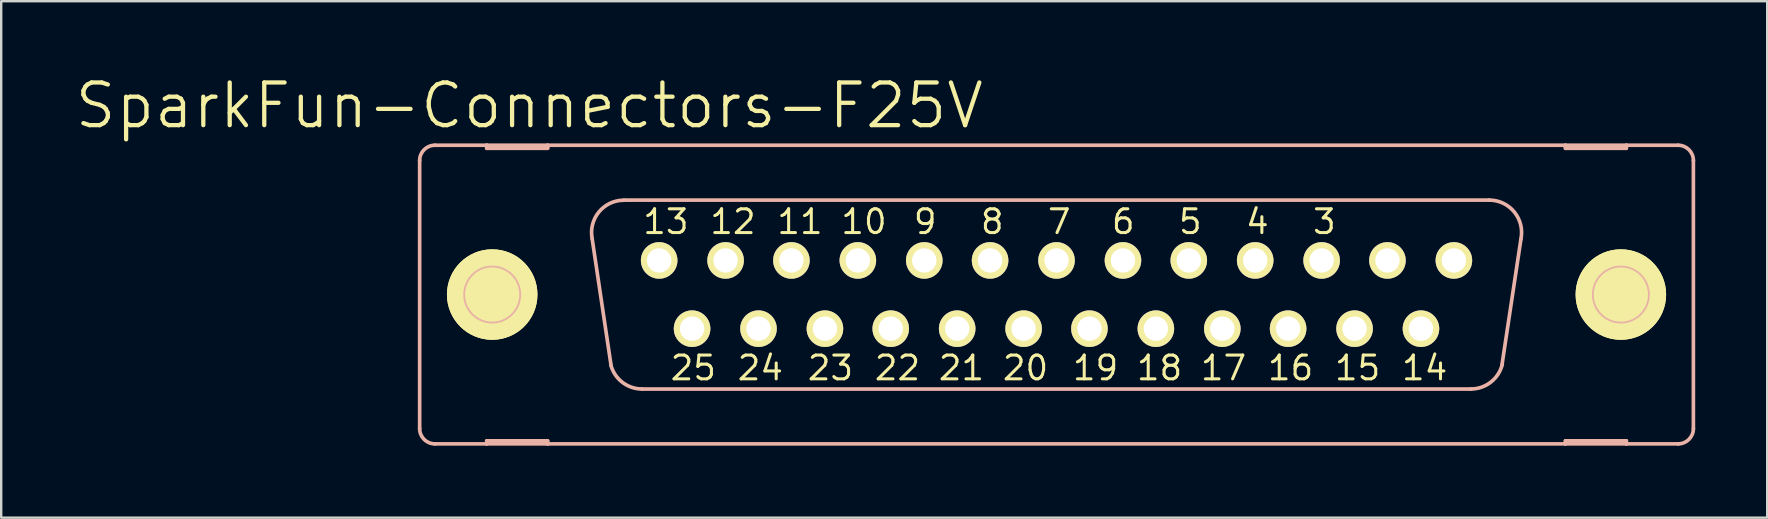
<source format=kicad_pcb>
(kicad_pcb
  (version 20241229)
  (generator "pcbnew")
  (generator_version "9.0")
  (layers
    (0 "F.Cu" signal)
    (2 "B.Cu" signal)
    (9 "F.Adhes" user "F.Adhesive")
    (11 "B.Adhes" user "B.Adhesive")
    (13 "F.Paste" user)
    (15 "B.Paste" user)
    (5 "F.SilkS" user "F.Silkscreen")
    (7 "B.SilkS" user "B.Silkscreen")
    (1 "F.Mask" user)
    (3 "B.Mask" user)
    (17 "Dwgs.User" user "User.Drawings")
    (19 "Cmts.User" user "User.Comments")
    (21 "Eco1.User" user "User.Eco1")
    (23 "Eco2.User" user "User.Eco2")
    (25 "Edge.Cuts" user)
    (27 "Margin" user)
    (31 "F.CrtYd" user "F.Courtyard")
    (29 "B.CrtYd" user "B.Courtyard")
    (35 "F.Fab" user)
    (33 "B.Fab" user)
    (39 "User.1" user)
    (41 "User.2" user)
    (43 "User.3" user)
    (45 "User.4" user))
  (footprint "SparkFun-Connectors-F25V"
    (layer "F.Cu")
    (at 40.983 9.226)
    (property "Reference" "SparkFun-Connectors-F25V" (at -21.971 -7.874 0) (layer "F.SilkS") (effects (font (size 1.778 1.778) (thickness 0.178))))
    (attr exclude_from_pos_files exclude_from_bom)
    (fp_line (start -25.171 0) (end -21.869 0) (stroke (width 0.127) (type solid)) (layer "F.SilkS"))
    (fp_line (start -23.52 1.651) (end -23.52 -1.651) (stroke (width 0.127) (type solid)) (layer "F.SilkS"))
    (fp_line (start 21.869 0) (end 25.171 0) (stroke (width 0.127) (type solid)) (layer "F.SilkS"))
    (fp_line (start 23.52 1.651) (end 23.52 -1.651) (stroke (width 0.127) (type solid)) (layer "F.SilkS"))
    (fp_circle (center -23.52 0) (end -24.854 1.333) (stroke (width 0) (type solid)) (fill yes) (layer "F.SilkS"))
    (fp_circle (center -23.52 0) (end -24.854 1.333) (stroke (width 0) (type solid)) (fill yes) (layer "F.SilkS"))
    (fp_circle (center -23.52 0) (end -24.346 0.826) (stroke (width 0.127) (type solid)) (fill no) (layer "F.SilkS"))
    (fp_circle (center -16.561 -1.422) (end -16.942 -1.803) (stroke (width 0.127) (type solid)) (fill no) (layer "F.SilkS"))
    (fp_circle (center -15.189 1.422) (end -15.57 1.803) (stroke (width 0.127) (type solid)) (fill no) (layer "F.SilkS"))
    (fp_circle (center -13.792 -1.422) (end -14.173 -1.803) (stroke (width 0.127) (type solid)) (fill no) (layer "F.SilkS"))
    (fp_circle (center -12.421 1.422) (end -12.802 1.803) (stroke (width 0.127) (type solid)) (fill no) (layer "F.SilkS"))
    (fp_circle (center -11.049 -1.422) (end -11.43 -1.803) (stroke (width 0.127) (type solid)) (fill no) (layer "F.SilkS"))
    (fp_circle (center -9.652 1.422) (end -10.033 1.803) (stroke (width 0.127) (type solid)) (fill no) (layer "F.SilkS"))
    (fp_circle (center -8.28 -1.422) (end -8.661 -1.803) (stroke (width 0.127) (type solid)) (fill no) (layer "F.SilkS"))
    (fp_circle (center -6.909 1.422) (end -7.29 1.803) (stroke (width 0.127) (type solid)) (fill no) (layer "F.SilkS"))
    (fp_circle (center -5.512 -1.422) (end -5.893 -1.803) (stroke (width 0.127) (type solid)) (fill no) (layer "F.SilkS"))
    (fp_circle (center -4.14 1.422) (end -4.521 1.803) (stroke (width 0.127) (type solid)) (fill no) (layer "F.SilkS"))
    (fp_circle (center -2.769 -1.422) (end -3.15 -1.803) (stroke (width 0.127) (type solid)) (fill no) (layer "F.SilkS"))
    (fp_circle (center -1.372 1.422) (end -1.753 1.803) (stroke (width 0.127) (type solid)) (fill no) (layer "F.SilkS"))
    (fp_circle (center 0 -1.422) (end -0.381 -1.803) (stroke (width 0.127) (type solid)) (fill no) (layer "F.SilkS"))
    (fp_circle (center 1.372 1.422) (end 1.753 1.803) (stroke (width 0.127) (type solid)) (fill no) (layer "F.SilkS"))
    (fp_circle (center 2.769 -1.422) (end 3.15 -1.803) (stroke (width 0.127) (type solid)) (fill no) (layer "F.SilkS"))
    (fp_circle (center 4.14 1.422) (end 4.521 1.803) (stroke (width 0.127) (type solid)) (fill no) (layer "F.SilkS"))
    (fp_circle (center 5.512 -1.422) (end 5.893 -1.803) (stroke (width 0.127) (type solid)) (fill no) (layer "F.SilkS"))
    (fp_circle (center 6.909 1.422) (end 7.29 1.803) (stroke (width 0.127) (type solid)) (fill no) (layer "F.SilkS"))
    (fp_circle (center 8.28 -1.422) (end 8.661 -1.803) (stroke (width 0.127) (type solid)) (fill no) (layer "F.SilkS"))
    (fp_circle (center 9.652 1.422) (end 10.033 1.803) (stroke (width 0.127) (type solid)) (fill no) (layer "F.SilkS"))
    (fp_circle (center 11.049 -1.422) (end 11.43 -1.803) (stroke (width 0.127) (type solid)) (fill no) (layer "F.SilkS"))
    (fp_circle (center 12.421 1.422) (end 12.802 1.803) (stroke (width 0.127) (type solid)) (fill no) (layer "F.SilkS"))
    (fp_circle (center 13.792 -1.422) (end 14.173 -1.803) (stroke (width 0.127) (type solid)) (fill no) (layer "F.SilkS"))
    (fp_circle (center 15.189 1.422) (end 15.57 1.803) (stroke (width 0.127) (type solid)) (fill no) (layer "F.SilkS"))
    (fp_circle (center 16.561 -1.422) (end 16.942 -1.803) (stroke (width 0.127) (type solid)) (fill no) (layer "F.SilkS"))
    (fp_circle (center 23.52 0) (end 24.346 0.826) (stroke (width 0.127) (type solid)) (fill no) (layer "F.SilkS"))
    (fp_circle (center 23.52 0) (end 24.854 1.333) (stroke (width 0) (type solid)) (fill yes) (layer "F.SilkS"))
    (fp_circle (center 23.52 0) (end 24.854 1.333) (stroke (width 0) (type solid)) (fill yes) (layer "F.SilkS"))
    (fp_line (start -26.543 -5.588) (end -26.543 5.588) (stroke (width 0.152) (type solid)) (layer "B.SilkS"))
    (fp_line (start -25.908 6.223) (end -23.749 6.223) (stroke (width 0.152) (type solid)) (layer "B.SilkS"))
    (fp_line (start -23.749 -6.223) (end -25.908 -6.223) (stroke (width 0.152) (type solid)) (layer "B.SilkS"))
    (fp_line (start -23.749 -6.223) (end -23.749 -6.096) (stroke (width 0.152) (type solid)) (layer "B.SilkS"))
    (fp_line (start -23.749 -6.096) (end -21.209 -6.096) (stroke (width 0.152) (type solid)) (layer "B.SilkS"))
    (fp_line (start -23.749 6.096) (end -21.209 6.096) (stroke (width 0.152) (type solid)) (layer "B.SilkS"))
    (fp_line (start -23.749 6.223) (end -23.749 6.096) (stroke (width 0.152) (type solid)) (layer "B.SilkS"))
    (fp_line (start -23.749 6.223) (end -21.209 6.223) (stroke (width 0.152) (type solid)) (layer "B.SilkS"))
    (fp_line (start -21.209 -6.223) (end -23.749 -6.223) (stroke (width 0.152) (type solid)) (layer "B.SilkS"))
    (fp_line (start -21.209 -6.096) (end -21.209 -6.223) (stroke (width 0.152) (type solid)) (layer "B.SilkS"))
    (fp_line (start -21.209 6.096) (end -21.209 6.223) (stroke (width 0.152) (type solid)) (layer "B.SilkS"))
    (fp_line (start -21.209 6.223) (end 21.209 6.223) (stroke (width 0.152) (type solid)) (layer "B.SilkS"))
    (fp_line (start -18.567 2.946) (end -19.355 -2.337) (stroke (width 0.152) (type solid)) (layer "B.SilkS"))
    (fp_line (start -18.034 -3.937) (end 18.034 -3.937) (stroke (width 0.152) (type solid)) (layer "B.SilkS"))
    (fp_line (start -17.272 3.937) (end 17.272 3.937) (stroke (width 0.152) (type solid)) (layer "B.SilkS"))
    (fp_line (start 19.355 -2.311) (end 18.567 2.921) (stroke (width 0.152) (type solid)) (layer "B.SilkS"))
    (fp_line (start 21.209 -6.223) (end -21.209 -6.223) (stroke (width 0.152) (type solid)) (layer "B.SilkS"))
    (fp_line (start 21.209 -6.223) (end 21.209 -6.096) (stroke (width 0.152) (type solid)) (layer "B.SilkS"))
    (fp_line (start 21.209 -6.096) (end 23.749 -6.096) (stroke (width 0.152) (type solid)) (layer "B.SilkS"))
    (fp_line (start 21.209 6.096) (end 23.749 6.096) (stroke (width 0.152) (type solid)) (layer "B.SilkS"))
    (fp_line (start 21.209 6.223) (end 21.209 6.096) (stroke (width 0.152) (type solid)) (layer "B.SilkS"))
    (fp_line (start 21.209 6.223) (end 23.749 6.223) (stroke (width 0.152) (type solid)) (layer "B.SilkS"))
    (fp_line (start 23.749 -6.223) (end 21.209 -6.223) (stroke (width 0.152) (type solid)) (layer "B.SilkS"))
    (fp_line (start 23.749 -6.096) (end 23.749 -6.223) (stroke (width 0.152) (type solid)) (layer "B.SilkS"))
    (fp_line (start 23.749 6.096) (end 23.749 6.223) (stroke (width 0.152) (type solid)) (layer "B.SilkS"))
    (fp_line (start 23.749 6.223) (end 25.908 6.223) (stroke (width 0.152) (type solid)) (layer "B.SilkS"))
    (fp_line (start 25.908 -6.223) (end 23.749 -6.223) (stroke (width 0.152) (type solid)) (layer "B.SilkS"))
    (fp_line (start 26.543 -5.588) (end 26.543 5.588) (stroke (width 0.152) (type solid)) (layer "B.SilkS"))
    (fp_arc (start -26.543 -5.588) (mid -26.357013 -6.037013) (end -25.908 -6.223) (stroke (width 0.1524) (type solid)) (layer "B.SilkS"))
    (fp_arc (start -25.908 6.223) (mid -26.357013 6.037013) (end -26.543 5.588) (stroke (width 0.1524) (type solid)) (layer "B.SilkS"))
    (fp_arc (start -19.35226 -2.32664) (mid -19.072158 -3.441772) (end -18.03224 -3.932229) (stroke (width 0.1524) (type solid)) (layer "B.SilkS"))
    (fp_arc (start -17.272 3.937) (mid -18.096791 3.655415) (end -18.577188 2.928236) (stroke (width 0.1524) (type solid)) (layer "B.SilkS"))
    (fp_arc (start 18.034 -3.937) (mid 19.083648 -3.435219) (end 19.35228 -2.303238) (stroke (width 0.1524) (type solid)) (layer "B.SilkS"))
    (fp_arc (start 18.5801 2.90322) (mid 18.104662 3.646284) (end 17.271518 3.936211) (stroke (width 0.1524) (type solid)) (layer "B.SilkS"))
    (fp_arc (start 25.908 -6.223) (mid 26.357013 -6.037013) (end 26.543 -5.588) (stroke (width 0.1524) (type solid)) (layer "B.SilkS"))
    (fp_arc (start 26.543 5.588) (mid 26.357013 6.037013) (end 25.908 6.223) (stroke (width 0.1524) (type solid)) (layer "B.SilkS"))
    (fp_circle (center -23.52 0) (end -24.346 0.826) (stroke (width 0.076) (type solid)) (fill no) (layer "B.SilkS"))
    (fp_circle (center 23.52 0) (end 24.346 0.826) (stroke (width 0.076) (type solid)) (fill no) (layer "B.SilkS"))
    (fp_text user "6" (at 2.781 -3.035 0) (layer "F.SilkS") (effects (font (size 0.991 0.991) (thickness 0.127))))
    (fp_text user "23" (at -9.423 3.061 0) (layer "F.SilkS") (effects (font (size 0.991 0.991) (thickness 0.127))))
    (fp_text user "21" (at -3.962 3.061 0) (layer "F.SilkS") (effects (font (size 0.991 0.991) (thickness 0.127))))
    (fp_text user "5" (at 5.575 -3.035 0) (layer "F.SilkS") (effects (font (size 0.991 0.991) (thickness 0.127))))
    (fp_text user "10" (at -8.026 -3.035 0) (layer "F.SilkS") (effects (font (size 0.991 0.991) (thickness 0.127))))
    (fp_text user "4" (at 8.369 -3.035 0) (layer "F.SilkS") (effects (font (size 0.991 0.991) (thickness 0.127))))
    (fp_text user "18" (at 4.293 3.061 0) (layer "F.SilkS") (effects (font (size 0.991 0.991) (thickness 0.127))))
    (fp_text user "13" (at -16.281 -3.035 0) (layer "F.SilkS") (effects (font (size 0.991 0.991) (thickness 0.127))))
    (fp_text user "24" (at -12.344 3.061 0) (layer "F.SilkS") (effects (font (size 0.991 0.991) (thickness 0.127))))
    (fp_text user "9" (at -5.474 -3.035 0) (layer "F.SilkS") (effects (font (size 0.991 0.991) (thickness 0.127))))
    (fp_text user "14" (at 15.342 3.061 0) (layer "F.SilkS") (effects (font (size 0.991 0.991) (thickness 0.127))))
    (fp_text user "20" (at -1.293 3.061 0) (layer "F.SilkS") (effects (font (size 0.991 0.991) (thickness 0.127))))
    (fp_text user "12" (at -13.487 -3.035 0) (layer "F.SilkS") (effects (font (size 0.991 0.991) (thickness 0.127))))
    (fp_text user "25" (at -15.138 3.061 0) (layer "F.SilkS") (effects (font (size 0.991 0.991) (thickness 0.127))))
    (fp_text user "11" (at -10.693 -3.035 0) (layer "F.SilkS") (effects (font (size 0.991 0.991) (thickness 0.127))))
    (fp_text user "7" (at 0.114 -3.035 0) (layer "F.SilkS") (effects (font (size 0.991 0.991) (thickness 0.127))))
    (fp_text user "22" (at -6.629 3.061 0) (layer "F.SilkS") (effects (font (size 0.991 0.991) (thickness 0.127))))
    (fp_text user "8" (at -2.68 -3.035 0) (layer "F.SilkS") (effects (font (size 0.991 0.991) (thickness 0.127))))
    (fp_text user "17" (at 6.96 3.061 0) (layer "F.SilkS") (effects (font (size 0.991 0.991) (thickness 0.127))))
    (fp_text user "3" (at 11.163 -3.035 0) (layer "F.SilkS") (effects (font (size 0.991 0.991) (thickness 0.127))))
    (fp_text user "19" (at 1.626 3.061 0) (layer "F.SilkS") (effects (font (size 0.991 0.991) (thickness 0.127))))
    (fp_text user "15" (at 12.548 3.061 0) (layer "F.SilkS") (effects (font (size 0.991 0.991) (thickness 0.127))))
    (fp_text user "16" (at 9.754 3.061 0) (layer "F.SilkS") (effects (font (size 0.991 0.991) (thickness 0.127))))
    (pad "1" thru_hole circle (at 16.561 -1.422) (size 1.524 1.524) (drill 1.016) (layers "*.Cu" "F.Mask" "F.SilkS" "F.Paste"))
    (pad "2" thru_hole circle (at 13.792 -1.422) (size 1.524 1.524) (drill 1.016) (layers "*.Cu" "F.Mask" "F.SilkS" "F.Paste"))
    (pad "3" thru_hole circle (at 11.049 -1.422) (size 1.524 1.524) (drill 1.016) (layers "*.Cu" "F.Mask" "F.SilkS" "F.Paste"))
    (pad "4" thru_hole circle (at 8.28 -1.422) (size 1.524 1.524) (drill 1.016) (layers "*.Cu" "F.Mask" "F.SilkS" "F.Paste"))
    (pad "5" thru_hole circle (at 5.512 -1.422) (size 1.524 1.524) (drill 1.016) (layers "*.Cu" "F.Mask" "F.SilkS" "F.Paste"))
    (pad "6" thru_hole circle (at 2.769 -1.422) (size 1.524 1.524) (drill 1.016) (layers "*.Cu" "F.Mask" "F.SilkS" "F.Paste"))
    (pad "7" thru_hole circle (at 0 -1.422) (size 1.524 1.524) (drill 1.016) (layers "*.Cu" "F.Mask" "F.SilkS" "F.Paste"))
    (pad "8" thru_hole circle (at -2.769 -1.422) (size 1.524 1.524) (drill 1.016) (layers "*.Cu" "F.Mask" "F.SilkS" "F.Paste"))
    (pad "9" thru_hole circle (at -5.512 -1.422) (size 1.524 1.524) (drill 1.016) (layers "*.Cu" "F.Mask" "F.SilkS" "F.Paste"))
    (pad "10" thru_hole circle (at -8.28 -1.422) (size 1.524 1.524) (drill 1.016) (layers "*.Cu" "F.Mask" "F.SilkS" "F.Paste"))
    (pad "11" thru_hole circle (at -11.049 -1.422) (size 1.524 1.524) (drill 1.016) (layers "*.Cu" "F.Mask" "F.SilkS" "F.Paste"))
    (pad "12" thru_hole circle (at -13.792 -1.422) (size 1.524 1.524) (drill 1.016) (layers "*.Cu" "F.Mask" "F.SilkS" "F.Paste"))
    (pad "13" thru_hole circle (at -16.561 -1.422) (size 1.524 1.524) (drill 1.016) (layers "*.Cu" "F.Mask" "F.SilkS" "F.Paste"))
    (pad "14" thru_hole circle (at 15.189 1.422) (size 1.524 1.524) (drill 1.016) (layers "*.Cu" "F.Mask" "F.SilkS" "F.Paste"))
    (pad "15" thru_hole circle (at 12.421 1.422) (size 1.524 1.524) (drill 1.016) (layers "*.Cu" "F.Mask" "F.SilkS" "F.Paste"))
    (pad "16" thru_hole circle (at 9.652 1.422) (size 1.524 1.524) (drill 1.016) (layers "*.Cu" "F.Mask" "F.SilkS" "F.Paste"))
    (pad "17" thru_hole circle (at 6.909 1.422) (size 1.524 1.524) (drill 1.016) (layers "*.Cu" "F.Mask" "F.SilkS" "F.Paste"))
    (pad "18" thru_hole circle (at 4.14 1.422) (size 1.524 1.524) (drill 1.016) (layers "*.Cu" "F.Mask" "F.SilkS" "F.Paste"))
    (pad "19" thru_hole circle (at 1.372 1.422) (size 1.524 1.524) (drill 1.016) (layers "*.Cu" "F.Mask" "F.SilkS" "F.Paste"))
    (pad "20" thru_hole circle (at -1.372 1.422) (size 1.524 1.524) (drill 1.016) (layers "*.Cu" "F.Mask" "F.SilkS" "F.Paste"))
    (pad "21" thru_hole circle (at -4.14 1.422) (size 1.524 1.524) (drill 1.016) (layers "*.Cu" "F.Mask" "F.SilkS" "F.Paste"))
    (pad "22" thru_hole circle (at -6.909 1.422) (size 1.524 1.524) (drill 1.016) (layers "*.Cu" "F.Mask" "F.SilkS" "F.Paste"))
    (pad "23" thru_hole circle (at -9.652 1.422) (size 1.524 1.524) (drill 1.016) (layers "*.Cu" "F.Mask" "F.SilkS" "F.Paste"))
    (pad "24" thru_hole circle (at -12.421 1.422) (size 1.524 1.524) (drill 1.016) (layers "*.Cu" "F.Mask" "F.SilkS" "F.Paste"))
    (pad "25" thru_hole circle (at -15.189 1.422) (size 1.524 1.524) (drill 1.016) (layers "*.Cu" "F.Mask" "F.SilkS" "F.Paste")))
  (gr_rect
    (start -3 -3)
    (end 70.602 18.525)
    (stroke (width 0.1) (type default))
    (fill no)
    (layer "Edge.Cuts")))
</source>
